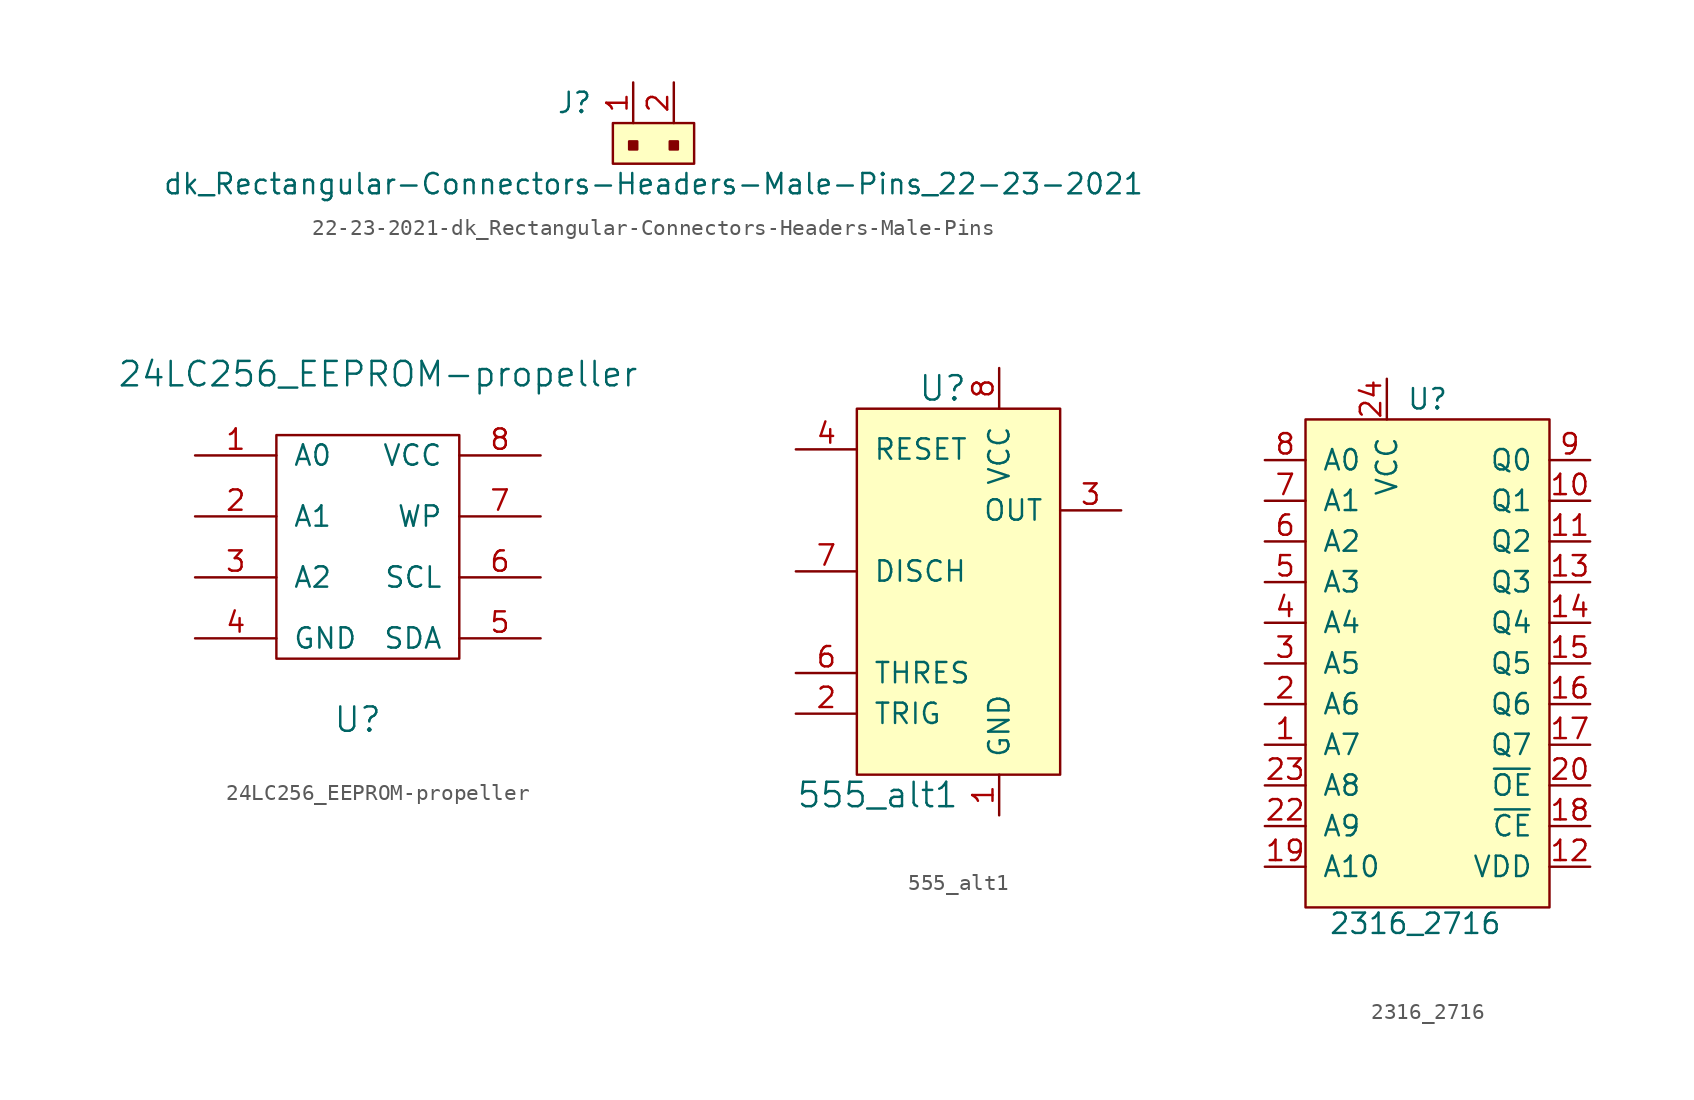
<source format=kicad_sym>
(kicad_symbol_lib
  (version 20220914)
  (generator kicad_symbol_editor)
  (symbol "22-23-2021-dk_Rectangular-Connectors-Headers-Male-Pins"
    (pin_names
      (offset 1.016))
    (property "Reference" "J"
      (at -2.54 1.27 0)
      (effects (font (size 1.27 1.27)) (justify right)))
    (property "Value" "dk_Rectangular-Connectors-Headers-Male-Pins_22-23-2021"
      (at 1.27 -3.81 0)
      (effects (font (size 1.27 1.27))))
    (symbol "22-23-2021-dk_Rectangular-Connectors-Headers-Male-Pins_1_1"
      (rectangle (start -1.27 0) (end 3.81 -2.54) (stroke (width 0) (type solid)) (fill (type background)))
      (rectangle (start -0.254 -1.143) (end 0.254 -1.651) (stroke (width 0) (type solid)) (fill (type outline)))
      (rectangle (start 2.286 -1.143) (end 2.794 -1.651) (stroke (width 0) (type solid)) (fill (type outline)))
      (pin passive line (at 0 2.54 270) (length 2.54) (name "~" (effects (font (size 1.27 1.27)))) (number "1" (effects (font (size 1.27 1.27)))))
      (pin passive line (at 2.54 2.54 270) (length 2.54) (name "~" (effects (font (size 1.27 1.27)))) (number "2" (effects (font (size 1.27 1.27)))))))
  (symbol "24LC256_EEPROM-propeller"
    (pin_names
      (offset 1.016))
    (property "Reference" "U"
      (at -1.27 -8.89 0)
      (effects (font (size 1.524 1.524))))
    (property "Value" "24LC256_EEPROM-propeller"
      (at 0 12.7 0)
      (effects (font (size 1.524 1.524))))
    (property "Footprint" ""
      (at 0 0 0)
      (effects (font (size 1.524 1.524))))
    (property "Datasheet" ""
      (at 0 0 0)
      (effects (font (size 1.524 1.524))))
    (symbol "24LC256_EEPROM-propeller_0_1"
      (rectangle (start -6.35 8.89) (end 5.08 -5.08) (stroke (width 0) (type solid)) (fill (type none))))
    (symbol "24LC256_EEPROM-propeller_1_1"
      (pin input line (at -11.43 7.62 0) (length 5.08) (name "A0" (effects (font (size 1.27 1.27)))) (number "1" (effects (font (size 1.27 1.27)))))
      (pin input line (at -11.43 3.81 0) (length 5.08) (name "A1" (effects (font (size 1.27 1.27)))) (number "2" (effects (font (size 1.27 1.27)))))
      (pin input line (at -11.43 0 0) (length 5.08) (name "A2" (effects (font (size 1.27 1.27)))) (number "3" (effects (font (size 1.27 1.27)))))
      (pin power_in line (at -11.43 -3.81 0) (length 5.08) (name "GND" (effects (font (size 1.27 1.27)))) (number "4" (effects (font (size 1.27 1.27)))))
      (pin input line (at 10.16 -3.81 180) (length 5.08) (name "SDA" (effects (font (size 1.27 1.27)))) (number "5" (effects (font (size 1.27 1.27)))))
      (pin input line (at 10.16 0 180) (length 5.08) (name "SCL" (effects (font (size 1.27 1.27)))) (number "6" (effects (font (size 1.27 1.27)))))
      (pin input line (at 10.16 3.81 180) (length 5.08) (name "WP" (effects (font (size 1.27 1.27)))) (number "7" (effects (font (size 1.27 1.27)))))
      (pin power_in line (at 10.16 7.62 180) (length 5.08) (name "VCC" (effects (font (size 1.27 1.27)))) (number "8" (effects (font (size 1.27 1.27)))))))
  (symbol "555_alt1"
    (pin_names
      (offset 1.016))
    (property "Reference" "U"
      (at -2.54 12.7 0)
      (effects (font (size 1.524 1.524)) (justify left)))
    (property "Value" "555_alt1"
      (at -10.16 -12.7 0)
      (effects (font (size 1.524 1.524)) (justify left)))
    (symbol "555_alt1_0_1"
      (rectangle (start -6.35 11.43) (end 6.35 -11.43) (stroke (width 0) (type solid)) (fill (type background))))
    (symbol "555_alt1_1_1"
      (pin power_in line (at 2.54 -13.97 90) (length 2.54) (name "GND" (effects (font (size 1.27 1.27)))) (number "1" (effects (font (size 1.27 1.27)))))
      (pin input line (at -10.16 -7.62 0) (length 3.81) (name "TRIG" (effects (font (size 1.27 1.27)))) (number "2" (effects (font (size 1.27 1.27)))))
      (pin output line (at 10.16 5.08 180) (length 3.81) (name "OUT" (effects (font (size 1.27 1.27)))) (number "3" (effects (font (size 1.27 1.27)))))
      (pin input line (at -10.16 8.89 0) (length 3.81) (name "RESET" (effects (font (size 1.27 1.27)))) (number "4" (effects (font (size 1.27 1.27)))))
      (pin input line (at -10.16 -5.08 0) (length 3.81) (name "THRES" (effects (font (size 1.27 1.27)))) (number "6" (effects (font (size 1.27 1.27)))))
      (pin output line (at -10.16 1.27 0) (length 3.81) (name "DISCH" (effects (font (size 1.27 1.27)))) (number "7" (effects (font (size 1.27 1.27)))))
      (pin power_in line (at 2.54 13.97 270) (length 2.54) (name "VCC" (effects (font (size 1.27 1.27)))) (number "8" (effects (font (size 1.27 1.27)))))))
  (symbol "2316_2716"
    (pin_names
      (offset 1.016))
    (property "Reference" "U"
      (at 0 21.59 0)
      (effects (font (size 1.27 1.27))))
    (property "Value" "2316_2716"
      (at -0.762 -11.176 0)
      (effects (font (size 1.27 1.27))))
    (symbol "2316_2716_0_1"
      (rectangle (start -7.62 20.32) (end 7.62 -10.16) (stroke (width 0) (type solid)) (fill (type background))))
    (symbol "2316_2716_1_1"
      (pin input line (at -10.16 0 0) (length 2.54) (name "A7" (effects (font (size 1.27 1.27)))) (number "1" (effects (font (size 1.27 1.27)))))
      (pin output line (at 10.16 15.24 180) (length 2.54) (name "Q1" (effects (font (size 1.27 1.27)))) (number "10" (effects (font (size 1.27 1.27)))))
      (pin output line (at 10.16 12.7 180) (length 2.54) (name "Q2" (effects (font (size 1.27 1.27)))) (number "11" (effects (font (size 1.27 1.27)))))
      (pin power_in line (at 10.16 -7.62 180) (length 2.54) (name "VDD" (effects (font (size 1.27 1.27)))) (number "12" (effects (font (size 1.27 1.27)))))
      (pin output line (at 10.16 10.16 180) (length 2.54) (name "Q3" (effects (font (size 1.27 1.27)))) (number "13" (effects (font (size 1.27 1.27)))))
      (pin output line (at 10.16 7.62 180) (length 2.54) (name "Q4" (effects (font (size 1.27 1.27)))) (number "14" (effects (font (size 1.27 1.27)))))
      (pin output line (at 10.16 5.08 180) (length 2.54) (name "Q5" (effects (font (size 1.27 1.27)))) (number "15" (effects (font (size 1.27 1.27)))))
      (pin output line (at 10.16 2.54 180) (length 2.54) (name "Q6" (effects (font (size 1.27 1.27)))) (number "16" (effects (font (size 1.27 1.27)))))
      (pin output line (at 10.16 0 180) (length 2.54) (name "Q7" (effects (font (size 1.27 1.27)))) (number "17" (effects (font (size 1.27 1.27)))))
      (pin input line (at 10.16 -5.08 180) (length 2.54) (name "~{CE}" (effects (font (size 1.27 1.27)))) (number "18" (effects (font (size 1.27 1.27)))))
      (pin input line (at -10.16 -7.62 0) (length 2.54) (name "A10" (effects (font (size 1.27 1.27)))) (number "19" (effects (font (size 1.27 1.27)))))
      (pin input line (at -10.16 2.54 0) (length 2.54) (name "A6" (effects (font (size 1.27 1.27)))) (number "2" (effects (font (size 1.27 1.27)))))
      (pin input line (at 10.16 -2.54 180) (length 2.54) (name "~{OE}" (effects (font (size 1.27 1.27)))) (number "20" (effects (font (size 1.27 1.27)))))
      (pin input line (at -10.16 -5.08 0) (length 2.54) (name "A9" (effects (font (size 1.27 1.27)))) (number "22" (effects (font (size 1.27 1.27)))))
      (pin input line (at -10.16 -2.54 0) (length 2.54) (name "A8" (effects (font (size 1.27 1.27)))) (number "23" (effects (font (size 1.27 1.27)))))
      (pin power_in line (at -2.54 22.86 270) (length 2.54) (name "VCC" (effects (font (size 1.27 1.27)))) (number "24" (effects (font (size 1.27 1.27)))))
      (pin input line (at -10.16 5.08 0) (length 2.54) (name "A5" (effects (font (size 1.27 1.27)))) (number "3" (effects (font (size 1.27 1.27)))))
      (pin input line (at -10.16 7.62 0) (length 2.54) (name "A4" (effects (font (size 1.27 1.27)))) (number "4" (effects (font (size 1.27 1.27)))))
      (pin input line (at -10.16 10.16 0) (length 2.54) (name "A3" (effects (font (size 1.27 1.27)))) (number "5" (effects (font (size 1.27 1.27)))))
      (pin input line (at -10.16 12.7 0) (length 2.54) (name "A2" (effects (font (size 1.27 1.27)))) (number "6" (effects (font (size 1.27 1.27)))))
      (pin input line (at -10.16 15.24 0) (length 2.54) (name "A1" (effects (font (size 1.27 1.27)))) (number "7" (effects (font (size 1.27 1.27)))))
      (pin input line (at -10.16 17.78 0) (length 2.54) (name "A0" (effects (font (size 1.27 1.27)))) (number "8" (effects (font (size 1.27 1.27)))))
      (pin output line (at 10.16 17.78 180) (length 2.54) (name "Q0" (effects (font (size 1.27 1.27)))) (number "9" (effects (font (size 1.27 1.27))))))))
</source>
